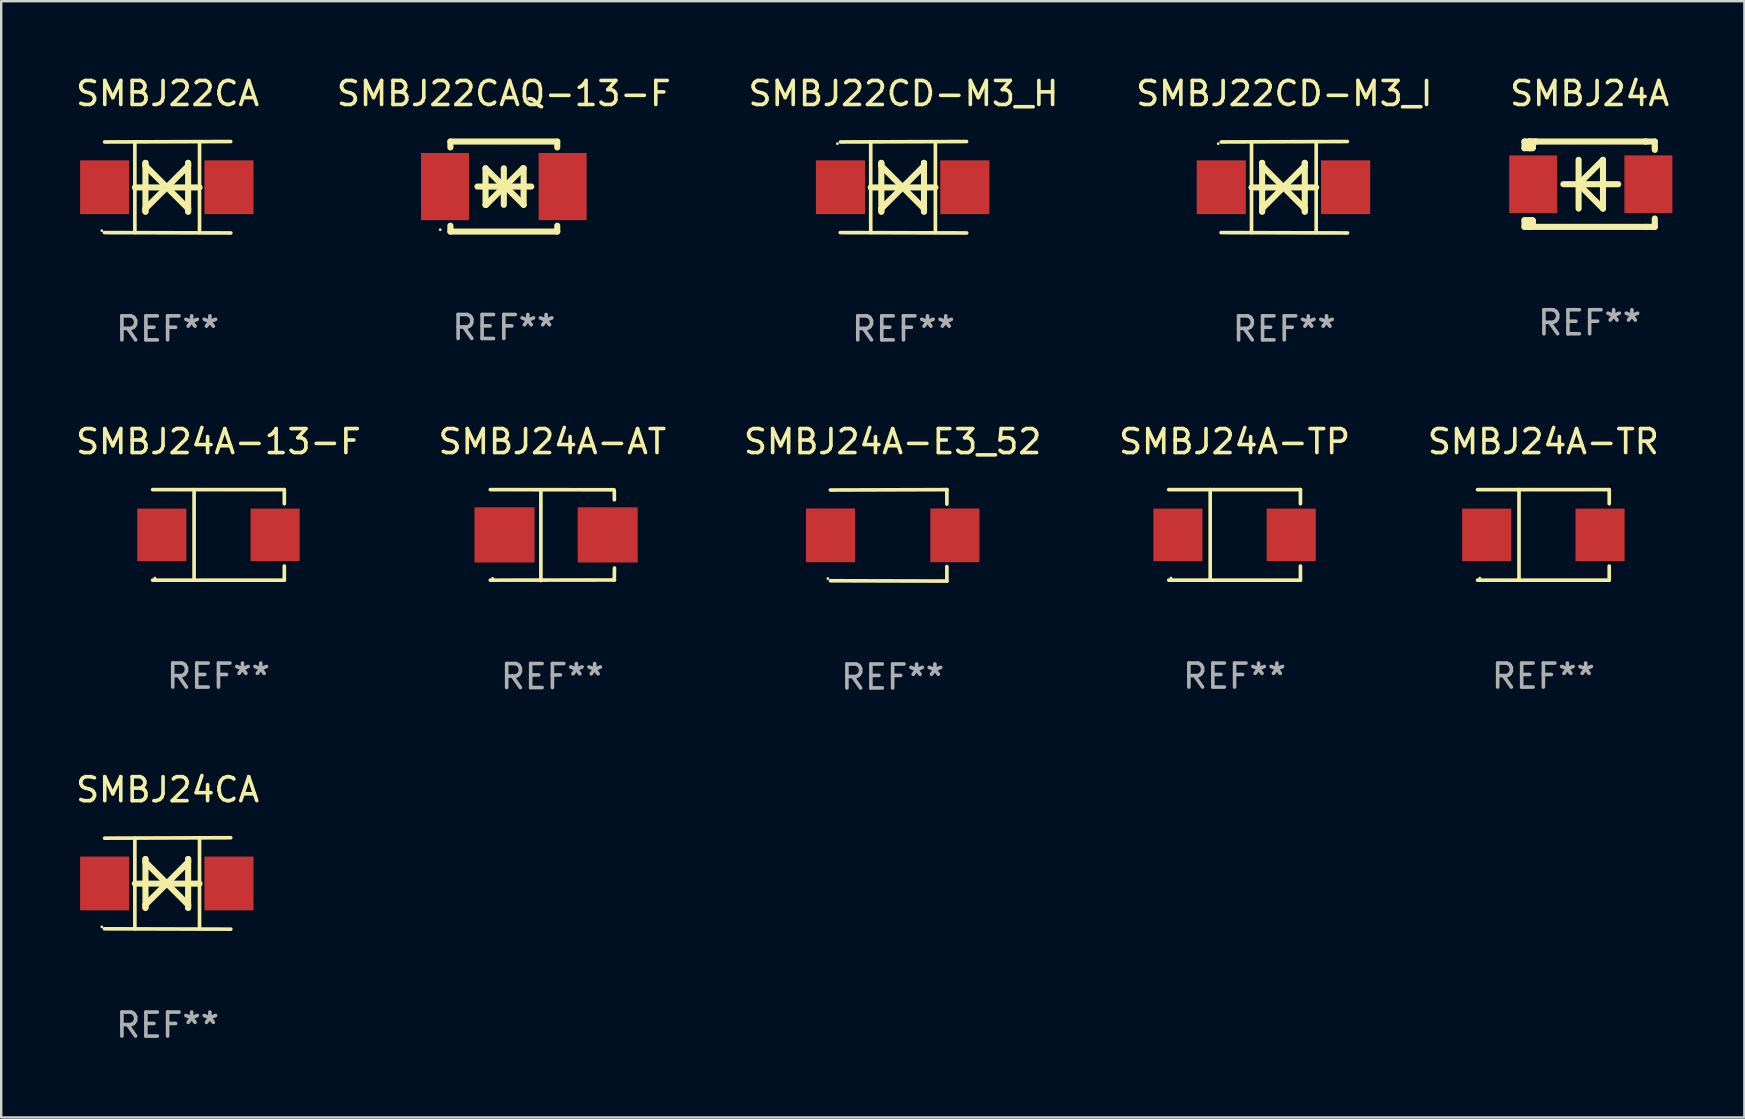
<source format=kicad_pcb>
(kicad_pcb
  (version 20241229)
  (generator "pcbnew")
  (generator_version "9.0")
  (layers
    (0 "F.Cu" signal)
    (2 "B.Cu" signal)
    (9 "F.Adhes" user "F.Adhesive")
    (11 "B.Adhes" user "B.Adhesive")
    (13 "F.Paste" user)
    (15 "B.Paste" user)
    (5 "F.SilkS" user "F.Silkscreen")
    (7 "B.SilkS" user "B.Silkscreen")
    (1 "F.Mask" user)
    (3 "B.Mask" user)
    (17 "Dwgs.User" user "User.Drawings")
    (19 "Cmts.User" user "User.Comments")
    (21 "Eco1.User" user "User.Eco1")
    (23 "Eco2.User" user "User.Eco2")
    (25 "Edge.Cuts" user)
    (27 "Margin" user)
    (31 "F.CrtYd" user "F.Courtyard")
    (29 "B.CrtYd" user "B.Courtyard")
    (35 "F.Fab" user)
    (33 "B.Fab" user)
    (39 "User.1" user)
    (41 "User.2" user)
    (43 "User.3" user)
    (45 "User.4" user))
  (footprint "SMBJ24A-AT"
    (layer "F.Cu")
    (at 19.97 19.25)
    (property "Reference" "SMBJ24A-AT" (at 0 -3.896 0) (layer "F.SilkS") (effects (font (size 1 1) (thickness 0.15))))
    (attr through_hole)
    (fp_line (start -2.588 -1.896) (end 2.568 -1.889) (stroke (width 0.152) (type solid)) (layer "F.SilkS"))
    (fp_line (start -2.588 1.877) (end 2.588 1.87) (stroke (width 0.152) (type solid)) (layer "F.SilkS"))
    (fp_line (start -0.48 1.896) (end -0.48 -1.871) (stroke (width 0.152) (type solid)) (layer "F.SilkS"))
    (fp_line (start 2.579 -1.849) (end 2.582 -1.472) (stroke (width 0.152) (type solid)) (layer "F.SilkS"))
    (fp_line (start 2.579 1.867) (end 2.587 1.372) (stroke (width 0.152) (type solid)) (layer "F.SilkS"))
    (fp_circle (center -2.492 1.801) (end -2.462 1.801) (stroke (width 0.06) (type solid)) (fill no) (layer "F.SilkS"))
    (fp_text user "REF**" (at 0 5.896 0) (layer "F.Fab") (effects (font (size 1 1) (thickness 0.15))))
    (pad "1" smd rect (at -1.995 -0.009) (size 2.5 2.3) (layers "F.Cu" "F.Mask" "F.Paste"))
    (pad "2" smd rect (at 2.305 -0.009) (size 2.5 2.3) (layers "F.Cu" "F.Mask" "F.Paste")))
  (footprint "SMBJ24A"
    (layer "F.Cu")
    (at 63.196 4.626)
    (property "Reference" "SMBJ24A" (at 0 -3.778 0) (layer "F.SilkS") (effects (font (size 1 1) (thickness 0.15))))
    (attr through_hole)
    (fp_line (start -2.715 -1.778) (end -2.715 -1.501) (stroke (width 0.254) (type solid)) (layer "F.SilkS"))
    (fp_line (start -2.715 -1.501) (end -2.505 -1.501) (stroke (width 0.254) (type solid)) (layer "F.SilkS"))
    (fp_line (start -2.715 1.501) (end -2.715 1.778) (stroke (width 0.254) (type solid)) (layer "F.SilkS"))
    (fp_line (start -2.715 1.501) (end -2.505 1.501) (stroke (width 0.254) (type solid)) (layer "F.SilkS"))
    (fp_line (start -2.715 1.778) (end -2.504 1.778) (stroke (width 0.254) (type solid)) (layer "F.SilkS"))
    (fp_line (start -2.505 -1.778) (end -2.715 -1.778) (stroke (width 0.254) (type solid)) (layer "F.SilkS"))
    (fp_line (start -2.505 -1.778) (end -2.238 -1.778) (stroke (width 0.254) (type solid)) (layer "F.SilkS"))
    (fp_line (start -2.505 -1.501) (end -2.505 -1.651) (stroke (width 0.254) (type solid)) (layer "F.SilkS"))
    (fp_line (start -2.505 -1.501) (end -2.388 -1.501) (stroke (width 0.254) (type solid)) (layer "F.SilkS"))
    (fp_line (start -2.505 1.501) (end -2.505 1.778) (stroke (width 0.254) (type solid)) (layer "F.SilkS"))
    (fp_line (start -2.505 1.501) (end -2.388 1.501) (stroke (width 0.254) (type solid)) (layer "F.SilkS"))
    (fp_line (start -2.388 1.501) (end -2.365 1.524) (stroke (width 0.254) (type solid)) (layer "F.SilkS"))
    (fp_line (start -2.388 -1.501) (end -2.365 -1.524) (stroke (width 0.254) (type solid)) (layer "F.SilkS"))
    (fp_line (start -2.365 -1.651) (end -2.505 -1.778) (stroke (width 0.254) (type solid)) (layer "F.SilkS"))
    (fp_line (start -2.365 -1.524) (end -2.365 -1.651) (stroke (width 0.254) (type solid)) (layer "F.SilkS"))
    (fp_line (start -2.365 1.524) (end -2.365 1.778) (stroke (width 0.254) (type solid)) (layer "F.SilkS"))
    (fp_line (start -2.239 -1.778) (end 2.333 -1.778) (stroke (width 0.254) (type solid)) (layer "F.SilkS"))
    (fp_line (start -2.238 -1.778) (end -2.505 -1.778) (stroke (width 0.254) (type solid)) (layer "F.SilkS"))
    (fp_line (start -1.095 0) (end 1.191 0) (stroke (width 0.254) (type solid)) (layer "F.SilkS"))
    (fp_line (start -0.46 -1.016) (end -0.46 1.016) (stroke (width 0.254) (type solid)) (layer "F.SilkS"))
    (fp_line (start -0.46 -0.000127) (end 0.556 1.016) (stroke (width 0.254) (type solid)) (layer "F.SilkS"))
    (fp_line (start 0.556 -1.016) (end 0.556 1.016) (stroke (width 0.254) (type solid)) (layer "F.SilkS"))
    (fp_line (start 0.556 -1.016) (end -0.46 -0.000127) (stroke (width 0.254) (type solid)) (layer "F.SilkS"))
    (fp_line (start 2.333 -1.778) (end 2.333 -1.778) (stroke (width 0.254) (type solid)) (layer "F.SilkS"))
    (fp_line (start 2.333 -1.778) (end 2.715 -1.778) (stroke (width 0.254) (type solid)) (layer "F.SilkS"))
    (fp_line (start 2.334 1.778) (end -2.504 1.778) (stroke (width 0.254) (type solid)) (layer "F.SilkS"))
    (fp_line (start 2.715 -1.778) (end 2.715 -1.524) (stroke (width 0.254) (type solid)) (layer "F.SilkS"))
    (fp_line (start 2.715 -1.524) (end 2.715 -1.431) (stroke (width 0.254) (type solid)) (layer "F.SilkS"))
    (fp_line (start 2.715 1.431) (end 2.715 1.778) (stroke (width 0.254) (type solid)) (layer "F.SilkS"))
    (fp_line (start 2.715 1.778) (end 2.334 1.778) (stroke (width 0.254) (type solid)) (layer "F.SilkS"))
    (fp_circle (center -2.602 1.8) (end -2.572 1.8) (stroke (width 0.06) (type solid)) (fill no) (layer "F.SilkS"))
    (fp_text user "REF**" (at 0 5.778 0) (layer "F.Fab") (effects (font (size 1 1) (thickness 0.15))))
    (pad "1" smd rect (at -2.352 -0.000076) (size 2 2.4) (layers "F.Cu" "F.Mask" "F.Paste"))
    (pad "2" smd rect (at 2.448 -0.000076) (size 2 2.4) (layers "F.Cu" "F.Mask" "F.Paste")))
  (footprint "SMBJ22CD-M3_I"
    (layer "F.Cu")
    (at 50.47 4.753)
    (property "Reference" "SMBJ22CD-M3_I" (at 0 -3.905 0) (layer "F.SilkS") (effects (font (size 1 1) (thickness 0.15))))
    (attr through_hole)
    (fp_line (start -1.365 1.886) (end -1.365 -1.886) (stroke (width 0.152) (type solid)) (layer "F.SilkS"))
    (fp_line (start -1.365 0.008) (end 1.33 0.008) (stroke (width 0.254) (type solid)) (layer "F.SilkS"))
    (fp_line (start -0.923 -1.016) (end -0.923 1.016) (stroke (width 0.254) (type solid)) (layer "F.SilkS"))
    (fp_line (start -0.923 -0.889) (end -0.923 -1.016) (stroke (width 0.254) (type solid)) (layer "F.SilkS"))
    (fp_line (start -0.923 0.889) (end -0.034 0) (stroke (width 0.254) (type solid)) (layer "F.SilkS"))
    (fp_line (start -0.923 1.016) (end -0.923 0.889) (stroke (width 0.254) (type solid)) (layer "F.SilkS"))
    (fp_line (start -0.034 0) (end -0.923 -0.889) (stroke (width 0.254) (type solid)) (layer "F.SilkS"))
    (fp_line (start -0.034 0) (end 0.855 0.889) (stroke (width 0.254) (type solid)) (layer "F.SilkS"))
    (fp_line (start 0.855 -1.016) (end 0.855 -0.889) (stroke (width 0.254) (type solid)) (layer "F.SilkS"))
    (fp_line (start 0.855 -0.889) (end -0.034 0) (stroke (width 0.254) (type solid)) (layer "F.SilkS"))
    (fp_line (start 0.855 0.889) (end 0.855 1.016) (stroke (width 0.254) (type solid)) (layer "F.SilkS"))
    (fp_line (start 0.855 1.016) (end 0.855 -1.016) (stroke (width 0.254) (type solid)) (layer "F.SilkS"))
    (fp_line (start 1.33 1.886) (end 1.33 -1.886) (stroke (width 0.152) (type solid)) (layer "F.SilkS"))
    (fp_line (start 2.629 -1.905) (end -2.625 -1.887) (stroke (width 0.152) (type solid)) (layer "F.SilkS"))
    (fp_line (start 2.633 1.905) (end -2.633 1.89) (stroke (width 0.152) (type solid)) (layer "F.SilkS"))
    (fp_circle (center -2.753 -1.816) (end -2.723 -1.816) (stroke (width 0.06) (type solid)) (fill no) (layer "F.SilkS"))
    (fp_text user "REF**" (at 0 5.905 0) (layer "F.Fab") (effects (font (size 1 1) (thickness 0.15))))
    (pad "1" smd rect (at -2.625 0) (size 2.047 2.241) (layers "F.Cu" "F.Mask" "F.Paste"))
    (pad "2" smd rect (at 2.557 0) (size 2.047 2.241) (layers "F.Cu" "F.Mask" "F.Paste")))
  (footprint "SMBJ24A-TR"
    (layer "F.Cu")
    (at 61.268 19.241)
    (property "Reference" "SMBJ24A-TR" (at 0 -3.886 0) (layer "F.SilkS") (effects (font (size 1 1) (thickness 0.15))))
    (attr through_hole)
    (fp_line (start -2.744 -1.886) (end 2.744 -1.886) (stroke (width 0.152) (type solid)) (layer "F.SilkS"))
    (fp_line (start -2.744 1.886) (end 2.744 1.886) (stroke (width 0.152) (type solid)) (layer "F.SilkS"))
    (fp_line (start -1.016 -1.886) (end -1.016 1.886) (stroke (width 0.152) (type solid)) (layer "F.SilkS"))
    (fp_line (start 2.744 -1.886) (end 2.744 -1.299) (stroke (width 0.152) (type solid)) (layer "F.SilkS"))
    (fp_line (start 2.744 1.886) (end 2.744 1.299) (stroke (width 0.152) (type solid)) (layer "F.SilkS"))
    (fp_circle (center -2.65 1.8) (end -2.62 1.8) (stroke (width 0.06) (type solid)) (fill no) (layer "F.SilkS"))
    (fp_text user "REF**" (at 0 5.886 0) (layer "F.Fab") (effects (font (size 1 1) (thickness 0.15))))
    (pad "1" smd rect (at -2.361 0) (size 2.047 2.192) (layers "F.Cu" "F.Mask" "F.Paste"))
    (pad "2" smd rect (at 2.361 0) (size 2.047 2.192) (layers "F.Cu" "F.Mask" "F.Paste")))
  (footprint "SMBJ24A-13-F"
    (layer "F.Cu")
    (at 6.054 19.241)
    (property "Reference" "SMBJ24A-13-F" (at 0 -3.886 0) (layer "F.SilkS") (effects (font (size 1 1) (thickness 0.15))))
    (attr through_hole)
    (fp_line (start -2.744 -1.886) (end 2.744 -1.886) (stroke (width 0.152) (type solid)) (layer "F.SilkS"))
    (fp_line (start -2.744 1.886) (end 2.744 1.886) (stroke (width 0.152) (type solid)) (layer "F.SilkS"))
    (fp_line (start -1.016 -1.886) (end -1.016 1.886) (stroke (width 0.152) (type solid)) (layer "F.SilkS"))
    (fp_line (start 2.744 -1.886) (end 2.744 -1.299) (stroke (width 0.152) (type solid)) (layer "F.SilkS"))
    (fp_line (start 2.744 1.886) (end 2.744 1.299) (stroke (width 0.152) (type solid)) (layer "F.SilkS"))
    (fp_circle (center -2.65 1.8) (end -2.62 1.8) (stroke (width 0.06) (type solid)) (fill no) (layer "F.SilkS"))
    (fp_text user "REF**" (at 0 5.886 0) (layer "F.Fab") (effects (font (size 1 1) (thickness 0.15))))
    (pad "1" smd rect (at -2.361 0) (size 2.047 2.192) (layers "F.Cu" "F.Mask" "F.Paste"))
    (pad "2" smd rect (at 2.361 0) (size 2.047 2.192) (layers "F.Cu" "F.Mask" "F.Paste")))
  (footprint "SMBJ22CA"
    (layer "F.Cu")
    (at 3.935 4.753)
    (property "Reference" "SMBJ22CA" (at 0 -3.905 0) (layer "F.SilkS") (effects (font (size 1 1) (thickness 0.15))))
    (attr through_hole)
    (fp_line (start -1.365 1.886) (end -1.365 -1.886) (stroke (width 0.152) (type solid)) (layer "F.SilkS"))
    (fp_line (start -1.365 0.008) (end 1.33 0.008) (stroke (width 0.254) (type solid)) (layer "F.SilkS"))
    (fp_line (start -0.923 -1.016) (end -0.923 1.016) (stroke (width 0.254) (type solid)) (layer "F.SilkS"))
    (fp_line (start -0.923 -0.889) (end -0.923 -1.016) (stroke (width 0.254) (type solid)) (layer "F.SilkS"))
    (fp_line (start -0.923 0.889) (end -0.034 0) (stroke (width 0.254) (type solid)) (layer "F.SilkS"))
    (fp_line (start -0.923 1.016) (end -0.923 0.889) (stroke (width 0.254) (type solid)) (layer "F.SilkS"))
    (fp_line (start -0.034 0) (end -0.923 -0.889) (stroke (width 0.254) (type solid)) (layer "F.SilkS"))
    (fp_line (start -0.034 0) (end 0.855 0.889) (stroke (width 0.254) (type solid)) (layer "F.SilkS"))
    (fp_line (start 0.855 -1.016) (end 0.855 -0.889) (stroke (width 0.254) (type solid)) (layer "F.SilkS"))
    (fp_line (start 0.855 -0.889) (end -0.034 0) (stroke (width 0.254) (type solid)) (layer "F.SilkS"))
    (fp_line (start 0.855 0.889) (end 0.855 1.016) (stroke (width 0.254) (type solid)) (layer "F.SilkS"))
    (fp_line (start 0.855 1.016) (end 0.855 -1.016) (stroke (width 0.254) (type solid)) (layer "F.SilkS"))
    (fp_line (start 1.33 1.886) (end 1.33 -1.886) (stroke (width 0.152) (type solid)) (layer "F.SilkS"))
    (fp_line (start 2.629 -1.905) (end -2.625 -1.887) (stroke (width 0.152) (type solid)) (layer "F.SilkS"))
    (fp_line (start 2.633 1.905) (end -2.633 1.89) (stroke (width 0.152) (type solid)) (layer "F.SilkS"))
    (fp_circle (center -2.741 1.81) (end -2.711 1.81) (stroke (width 0.06) (type solid)) (fill no) (layer "F.SilkS"))
    (fp_text user "REF**" (at 0 5.905 0) (layer "F.Fab") (effects (font (size 1 1) (thickness 0.15))))
    (pad "1" smd rect (at -2.625 0) (size 2.047 2.241) (layers "F.Cu" "F.Mask" "F.Paste"))
    (pad "2" smd rect (at 2.557 0) (size 2.047 2.241) (layers "F.Cu" "F.Mask" "F.Paste")))
  (footprint "SMBJ24A-TP"
    (layer "F.Cu")
    (at 48.399 19.241)
    (property "Reference" "SMBJ24A-TP" (at 0 -3.886 0) (layer "F.SilkS") (effects (font (size 1 1) (thickness 0.15))))
    (attr through_hole)
    (fp_line (start -2.744 -1.886) (end 2.744 -1.886) (stroke (width 0.152) (type solid)) (layer "F.SilkS"))
    (fp_line (start -2.744 1.886) (end 2.744 1.886) (stroke (width 0.152) (type solid)) (layer "F.SilkS"))
    (fp_line (start -1.016 -1.886) (end -1.016 1.886) (stroke (width 0.152) (type solid)) (layer "F.SilkS"))
    (fp_line (start 2.744 -1.886) (end 2.744 -1.299) (stroke (width 0.152) (type solid)) (layer "F.SilkS"))
    (fp_line (start 2.744 1.886) (end 2.744 1.299) (stroke (width 0.152) (type solid)) (layer "F.SilkS"))
    (fp_circle (center -2.65 1.8) (end -2.62 1.8) (stroke (width 0.06) (type solid)) (fill no) (layer "F.SilkS"))
    (fp_text user "REF**" (at 0 5.886 0) (layer "F.Fab") (effects (font (size 1 1) (thickness 0.15))))
    (pad "1" smd rect (at -2.361 0) (size 2.047 2.192) (layers "F.Cu" "F.Mask" "F.Paste"))
    (pad "2" smd rect (at 2.361 0) (size 2.047 2.192) (layers "F.Cu" "F.Mask" "F.Paste")))
  (footprint "SMBJ24A-E3_52"
    (layer "F.Cu")
    (at 34.149 19.26)
    (property "Reference" "SMBJ24A-E3_52" (at 0 -3.905 0) (layer "F.SilkS") (effects (font (size 1 1) (thickness 0.15))))
    (attr through_hole)
    (fp_line (start 2.256 -1.905) (end -2.594 -1.889) (stroke (width 0.152) (type solid)) (layer "F.SilkS"))
    (fp_line (start 2.256 -1.905) (end 2.26 -1.905) (stroke (width 0.152) (type solid)) (layer "F.SilkS"))
    (fp_line (start 2.26 -1.905) (end 2.26 -1.301) (stroke (width 0.152) (type solid)) (layer "F.SilkS"))
    (fp_line (start 2.26 1.301) (end 2.26 1.905) (stroke (width 0.152) (type solid)) (layer "F.SilkS"))
    (fp_line (start 2.26 1.905) (end -2.59 1.892) (stroke (width 0.152) (type solid)) (layer "F.SilkS"))
    (fp_circle (center -2.697 1.8) (end -2.667 1.8) (stroke (width 0.06) (type solid)) (fill no) (layer "F.SilkS"))
    (fp_text user "REF**" (at 0 5.905 0) (layer "F.Fab") (effects (font (size 1 1) (thickness 0.15))))
    (pad "1" smd rect (at -2.588 0) (size 2.047 2.241) (layers "F.Cu" "F.Mask" "F.Paste"))
    (pad "2" smd rect (at 2.594 0) (size 2.047 2.241) (layers "F.Cu" "F.Mask" "F.Paste")))
  (footprint "SMBJ22CAQ-13-F"
    (layer "F.Cu")
    (at 17.946 4.724)
    (property "Reference" "SMBJ22CAQ-13-F" (at 0 -3.876 0) (layer "F.SilkS") (effects (font (size 1 1) (thickness 0.15))))
    (attr through_hole)
    (fp_line (start -2.226 -1.876) (end -2.226 -1.631) (stroke (width 0.254) (type solid)) (layer "F.SilkS"))
    (fp_line (start -2.226 -1.876) (end 2.226 -1.876) (stroke (width 0.254) (type solid)) (layer "F.SilkS"))
    (fp_line (start -2.226 1.631) (end -2.226 1.876) (stroke (width 0.254) (type solid)) (layer "F.SilkS"))
    (fp_line (start -2.226 1.876) (end 2.226 1.876) (stroke (width 0.254) (type solid)) (layer "F.SilkS"))
    (fp_line (start -1.1 0) (end 1.143 0) (stroke (width 0.254) (type solid)) (layer "F.SilkS"))
    (fp_line (start -0.762 -0.762) (end -0.762 0.762) (stroke (width 0.254) (type solid)) (layer "F.SilkS"))
    (fp_line (start -0.762 0.762) (end -0.741 0.762) (stroke (width 0.254) (type solid)) (layer "F.SilkS"))
    (fp_line (start -0.741 0.762) (end 0.021 0) (stroke (width 0.254) (type solid)) (layer "F.SilkS"))
    (fp_line (start 0 -0.762) (end 0 0.762) (stroke (width 0.254) (type solid)) (layer "F.SilkS"))
    (fp_line (start 0 0) (end -0.762 -0.762) (stroke (width 0.254) (type solid)) (layer "F.SilkS"))
    (fp_line (start 0.021 0) (end 0 0) (stroke (width 0.254) (type solid)) (layer "F.SilkS"))
    (fp_line (start 0.042 0) (end 0.064 0) (stroke (width 0.254) (type solid)) (layer "F.SilkS"))
    (fp_line (start 0.064 0) (end 0.826 0.762) (stroke (width 0.254) (type solid)) (layer "F.SilkS"))
    (fp_line (start 0.804 -0.762) (end 0.042 0) (stroke (width 0.254) (type solid)) (layer "F.SilkS"))
    (fp_line (start 0.826 -0.762) (end 0.804 -0.762) (stroke (width 0.254) (type solid)) (layer "F.SilkS"))
    (fp_line (start 0.826 0.762) (end 0.826 -0.762) (stroke (width 0.254) (type solid)) (layer "F.SilkS"))
    (fp_line (start 2.226 -1.876) (end 2.226 -1.631) (stroke (width 0.254) (type solid)) (layer "F.SilkS"))
    (fp_line (start 2.226 1.631) (end 2.226 1.876) (stroke (width 0.254) (type solid)) (layer "F.SilkS"))
    (fp_circle (center -2.65 1.8) (end -2.62 1.8) (stroke (width 0.06) (type solid)) (fill no) (layer "F.SilkS"))
    (fp_text user "REF**" (at 0 5.876 0) (layer "F.Fab") (effects (font (size 1 1) (thickness 0.15))))
    (pad "1" smd rect (at -2.45 0 180) (size 2 2.8) (layers "F.Cu" "F.Mask" "F.Paste"))
    (pad "2" smd rect (at 2.45 0 180) (size 2 2.8) (layers "F.Cu" "F.Mask" "F.Paste")))
  (footprint "SMBJ22CD-M3_H"
    (layer "F.Cu")
    (at 34.601 4.753)
    (property "Reference" "SMBJ22CD-M3_H" (at 0 -3.905 0) (layer "F.SilkS") (effects (font (size 1 1) (thickness 0.15))))
    (attr through_hole)
    (fp_line (start -1.365 1.886) (end -1.365 -1.886) (stroke (width 0.152) (type solid)) (layer "F.SilkS"))
    (fp_line (start -1.365 0.008) (end 1.33 0.008) (stroke (width 0.254) (type solid)) (layer "F.SilkS"))
    (fp_line (start -0.923 -1.016) (end -0.923 1.016) (stroke (width 0.254) (type solid)) (layer "F.SilkS"))
    (fp_line (start -0.923 -0.889) (end -0.923 -1.016) (stroke (width 0.254) (type solid)) (layer "F.SilkS"))
    (fp_line (start -0.923 0.889) (end -0.034 0) (stroke (width 0.254) (type solid)) (layer "F.SilkS"))
    (fp_line (start -0.923 1.016) (end -0.923 0.889) (stroke (width 0.254) (type solid)) (layer "F.SilkS"))
    (fp_line (start -0.034 0) (end -0.923 -0.889) (stroke (width 0.254) (type solid)) (layer "F.SilkS"))
    (fp_line (start -0.034 0) (end 0.855 0.889) (stroke (width 0.254) (type solid)) (layer "F.SilkS"))
    (fp_line (start 0.855 -1.016) (end 0.855 -0.889) (stroke (width 0.254) (type solid)) (layer "F.SilkS"))
    (fp_line (start 0.855 -0.889) (end -0.034 0) (stroke (width 0.254) (type solid)) (layer "F.SilkS"))
    (fp_line (start 0.855 0.889) (end 0.855 1.016) (stroke (width 0.254) (type solid)) (layer "F.SilkS"))
    (fp_line (start 0.855 1.016) (end 0.855 -1.016) (stroke (width 0.254) (type solid)) (layer "F.SilkS"))
    (fp_line (start 1.33 1.886) (end 1.33 -1.886) (stroke (width 0.152) (type solid)) (layer "F.SilkS"))
    (fp_line (start 2.629 -1.905) (end -2.625 -1.887) (stroke (width 0.152) (type solid)) (layer "F.SilkS"))
    (fp_line (start 2.633 1.905) (end -2.633 1.89) (stroke (width 0.152) (type solid)) (layer "F.SilkS"))
    (fp_circle (center -2.753 -1.816) (end -2.723 -1.816) (stroke (width 0.06) (type solid)) (fill no) (layer "F.SilkS"))
    (fp_text user "REF**" (at 0 5.905 0) (layer "F.Fab") (effects (font (size 1 1) (thickness 0.15))))
    (pad "1" smd rect (at -2.625 0) (size 2.047 2.241) (layers "F.Cu" "F.Mask" "F.Paste"))
    (pad "2" smd rect (at 2.557 0) (size 2.047 2.241) (layers "F.Cu" "F.Mask" "F.Paste")))
  (footprint "SMBJ24CA"
    (layer "F.Cu")
    (at 3.935 33.766)
    (property "Reference" "SMBJ24CA" (at 0 -3.905 0) (layer "F.SilkS") (effects (font (size 1 1) (thickness 0.15))))
    (attr through_hole)
    (fp_line (start -1.365 1.886) (end -1.365 -1.886) (stroke (width 0.152) (type solid)) (layer "F.SilkS"))
    (fp_line (start -1.365 0.008) (end 1.33 0.008) (stroke (width 0.254) (type solid)) (layer "F.SilkS"))
    (fp_line (start -0.923 -1.016) (end -0.923 1.016) (stroke (width 0.254) (type solid)) (layer "F.SilkS"))
    (fp_line (start -0.923 -0.889) (end -0.923 -1.016) (stroke (width 0.254) (type solid)) (layer "F.SilkS"))
    (fp_line (start -0.923 0.889) (end -0.034 0) (stroke (width 0.254) (type solid)) (layer "F.SilkS"))
    (fp_line (start -0.923 1.016) (end -0.923 0.889) (stroke (width 0.254) (type solid)) (layer "F.SilkS"))
    (fp_line (start -0.034 0) (end -0.923 -0.889) (stroke (width 0.254) (type solid)) (layer "F.SilkS"))
    (fp_line (start -0.034 0) (end 0.855 0.889) (stroke (width 0.254) (type solid)) (layer "F.SilkS"))
    (fp_line (start 0.855 -1.016) (end 0.855 -0.889) (stroke (width 0.254) (type solid)) (layer "F.SilkS"))
    (fp_line (start 0.855 -0.889) (end -0.034 0) (stroke (width 0.254) (type solid)) (layer "F.SilkS"))
    (fp_line (start 0.855 0.889) (end 0.855 1.016) (stroke (width 0.254) (type solid)) (layer "F.SilkS"))
    (fp_line (start 0.855 1.016) (end 0.855 -1.016) (stroke (width 0.254) (type solid)) (layer "F.SilkS"))
    (fp_line (start 1.33 1.886) (end 1.33 -1.886) (stroke (width 0.152) (type solid)) (layer "F.SilkS"))
    (fp_line (start 2.629 -1.905) (end -2.625 -1.887) (stroke (width 0.152) (type solid)) (layer "F.SilkS"))
    (fp_line (start 2.633 1.905) (end -2.633 1.89) (stroke (width 0.152) (type solid)) (layer "F.SilkS"))
    (fp_circle (center -2.741 1.81) (end -2.711 1.81) (stroke (width 0.06) (type solid)) (fill no) (layer "F.SilkS"))
    (fp_text user "REF**" (at 0 5.905 0) (layer "F.Fab") (effects (font (size 1 1) (thickness 0.15))))
    (pad "1" smd rect (at -2.625 0) (size 2.047 2.241) (layers "F.Cu" "F.Mask" "F.Paste"))
    (pad "2" smd rect (at 2.557 0) (size 2.047 2.241) (layers "F.Cu" "F.Mask" "F.Paste")))
  (gr_rect
    (start -3 -3)
    (end 69.644 43.52)
    (stroke (width 0.1) (type default))
    (fill no)
    (layer "Edge.Cuts")))
</source>
